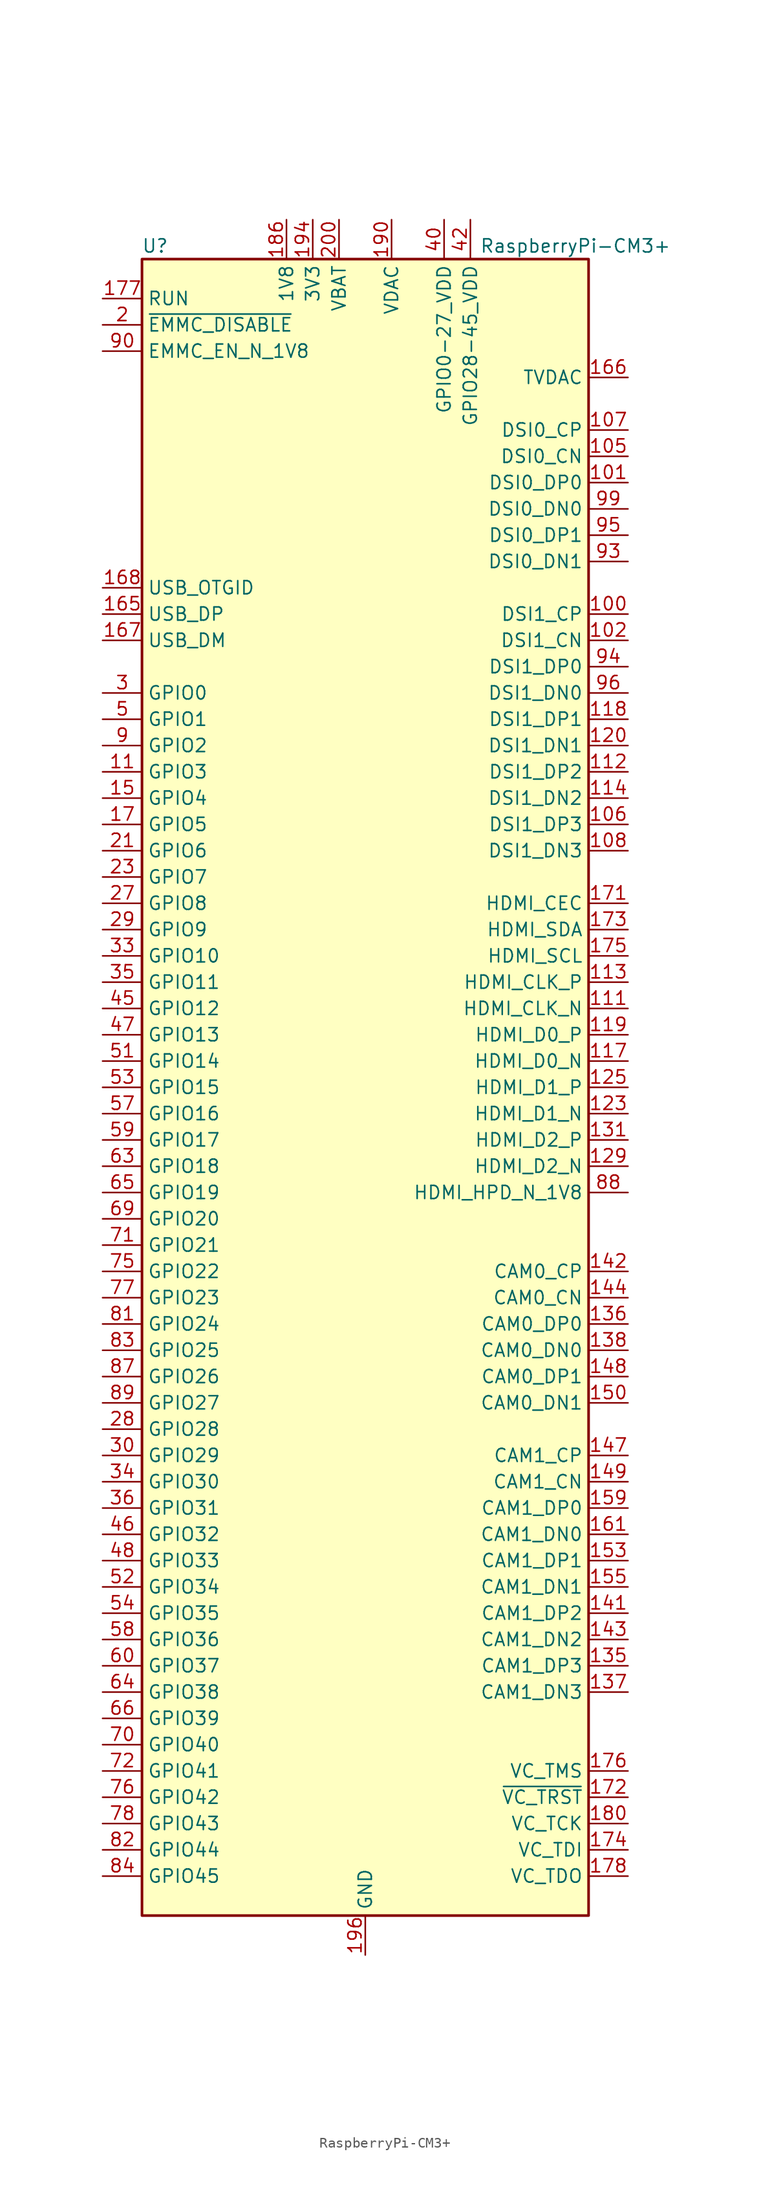
<source format=kicad_sym>
(kicad_symbol_lib
  (version 20241209)
  (generator "kicad_symbol_editor")
  (generator_version "9.0")
  (symbol "RaspberryPi-CM3+"
    (property "Reference" "U"
      (at -20.32 81.28 0)
      (effects (font (size 1.27 1.27))))
    (property "Value" "RaspberryPi-CM3+"
      (at 20.32 81.28 0)
      (effects (font (size 1.27 1.27))))
    (symbol "RaspberryPi-CM3+_0_1"
      (rectangle (start -21.59 80.01) (end 21.59 -80.01) (stroke (width 0.254) (type default)) (fill (type background))))
    (symbol "RaspberryPi-CM3+_1_1"
      (pin input line (at -25.4 76.2 0) (length 3.81) (name "RUN" (effects (font (size 1.27 1.27)))) (number "177" (effects (font (size 1.27 1.27)))))
      (pin input line (at -25.4 73.66 0) (length 3.81) (name "~{EMMC_DISABLE}" (effects (font (size 1.27 1.27)))) (number "2" (effects (font (size 1.27 1.27)))))
      (pin output line (at -25.4 71.12 0) (length 3.81) (name "EMMC_EN_N_1V8" (effects (font (size 1.27 1.27)))) (number "90" (effects (font (size 1.27 1.27)))))
      (pin passive line (at -25.4 48.26 0) (length 3.81) (name "USB_OTGID" (effects (font (size 1.27 1.27)))) (number "168" (effects (font (size 1.27 1.27)))))
      (pin bidirectional line (at -25.4 45.72 0) (length 3.81) (name "USB_DP" (effects (font (size 1.27 1.27)))) (number "165" (effects (font (size 1.27 1.27)))))
      (pin bidirectional line (at -25.4 43.18 0) (length 3.81) (name "USB_DM" (effects (font (size 1.27 1.27)))) (number "167" (effects (font (size 1.27 1.27)))))
      (pin bidirectional line (at -25.4 38.1 0) (length 3.81) (name "GPIO0" (effects (font (size 1.27 1.27)))) (number "3" (effects (font (size 1.27 1.27)))))
      (pin bidirectional line (at -25.4 35.56 0) (length 3.81) (name "GPIO1" (effects (font (size 1.27 1.27)))) (number "5" (effects (font (size 1.27 1.27)))))
      (pin bidirectional line (at -25.4 33.02 0) (length 3.81) (name "GPIO2" (effects (font (size 1.27 1.27)))) (number "9" (effects (font (size 1.27 1.27)))))
      (pin bidirectional line (at -25.4 30.48 0) (length 3.81) (name "GPIO3" (effects (font (size 1.27 1.27)))) (number "11" (effects (font (size 1.27 1.27)))))
      (pin bidirectional line (at -25.4 27.94 0) (length 3.81) (name "GPIO4" (effects (font (size 1.27 1.27)))) (number "15" (effects (font (size 1.27 1.27)))))
      (pin bidirectional line (at -25.4 25.4 0) (length 3.81) (name "GPIO5" (effects (font (size 1.27 1.27)))) (number "17" (effects (font (size 1.27 1.27)))))
      (pin bidirectional line (at -25.4 22.86 0) (length 3.81) (name "GPIO6" (effects (font (size 1.27 1.27)))) (number "21" (effects (font (size 1.27 1.27)))))
      (pin bidirectional line (at -25.4 20.32 0) (length 3.81) (name "GPIO7" (effects (font (size 1.27 1.27)))) (number "23" (effects (font (size 1.27 1.27)))))
      (pin bidirectional line (at -25.4 17.78 0) (length 3.81) (name "GPIO8" (effects (font (size 1.27 1.27)))) (number "27" (effects (font (size 1.27 1.27)))))
      (pin bidirectional line (at -25.4 15.24 0) (length 3.81) (name "GPIO9" (effects (font (size 1.27 1.27)))) (number "29" (effects (font (size 1.27 1.27)))))
      (pin bidirectional line (at -25.4 12.7 0) (length 3.81) (name "GPIO10" (effects (font (size 1.27 1.27)))) (number "33" (effects (font (size 1.27 1.27)))))
      (pin bidirectional line (at -25.4 10.16 0) (length 3.81) (name "GPIO11" (effects (font (size 1.27 1.27)))) (number "35" (effects (font (size 1.27 1.27)))))
      (pin bidirectional line (at -25.4 7.62 0) (length 3.81) (name "GPIO12" (effects (font (size 1.27 1.27)))) (number "45" (effects (font (size 1.27 1.27)))))
      (pin bidirectional line (at -25.4 5.08 0) (length 3.81) (name "GPIO13" (effects (font (size 1.27 1.27)))) (number "47" (effects (font (size 1.27 1.27)))))
      (pin bidirectional line (at -25.4 2.54 0) (length 3.81) (name "GPIO14" (effects (font (size 1.27 1.27)))) (number "51" (effects (font (size 1.27 1.27)))))
      (pin bidirectional line (at -25.4 0 0) (length 3.81) (name "GPIO15" (effects (font (size 1.27 1.27)))) (number "53" (effects (font (size 1.27 1.27)))))
      (pin bidirectional line (at -25.4 -2.54 0) (length 3.81) (name "GPIO16" (effects (font (size 1.27 1.27)))) (number "57" (effects (font (size 1.27 1.27)))))
      (pin bidirectional line (at -25.4 -5.08 0) (length 3.81) (name "GPIO17" (effects (font (size 1.27 1.27)))) (number "59" (effects (font (size 1.27 1.27)))))
      (pin bidirectional line (at -25.4 -7.62 0) (length 3.81) (name "GPIO18" (effects (font (size 1.27 1.27)))) (number "63" (effects (font (size 1.27 1.27)))))
      (pin bidirectional line (at -25.4 -10.16 0) (length 3.81) (name "GPIO19" (effects (font (size 1.27 1.27)))) (number "65" (effects (font (size 1.27 1.27)))))
      (pin bidirectional line (at -25.4 -12.7 0) (length 3.81) (name "GPIO20" (effects (font (size 1.27 1.27)))) (number "69" (effects (font (size 1.27 1.27)))))
      (pin bidirectional line (at -25.4 -15.24 0) (length 3.81) (name "GPIO21" (effects (font (size 1.27 1.27)))) (number "71" (effects (font (size 1.27 1.27)))))
      (pin bidirectional line (at -25.4 -17.78 0) (length 3.81) (name "GPIO22" (effects (font (size 1.27 1.27)))) (number "75" (effects (font (size 1.27 1.27)))))
      (pin bidirectional line (at -25.4 -20.32 0) (length 3.81) (name "GPIO23" (effects (font (size 1.27 1.27)))) (number "77" (effects (font (size 1.27 1.27)))))
      (pin bidirectional line (at -25.4 -22.86 0) (length 3.81) (name "GPIO24" (effects (font (size 1.27 1.27)))) (number "81" (effects (font (size 1.27 1.27)))))
      (pin bidirectional line (at -25.4 -25.4 0) (length 3.81) (name "GPIO25" (effects (font (size 1.27 1.27)))) (number "83" (effects (font (size 1.27 1.27)))))
      (pin bidirectional line (at -25.4 -27.94 0) (length 3.81) (name "GPIO26" (effects (font (size 1.27 1.27)))) (number "87" (effects (font (size 1.27 1.27)))))
      (pin bidirectional line (at -25.4 -30.48 0) (length 3.81) (name "GPIO27" (effects (font (size 1.27 1.27)))) (number "89" (effects (font (size 1.27 1.27)))))
      (pin bidirectional line (at -25.4 -33.02 0) (length 3.81) (name "GPIO28" (effects (font (size 1.27 1.27)))) (number "28" (effects (font (size 1.27 1.27)))))
      (pin bidirectional line (at -25.4 -35.56 0) (length 3.81) (name "GPIO29" (effects (font (size 1.27 1.27)))) (number "30" (effects (font (size 1.27 1.27)))))
      (pin bidirectional line (at -25.4 -38.1 0) (length 3.81) (name "GPIO30" (effects (font (size 1.27 1.27)))) (number "34" (effects (font (size 1.27 1.27)))))
      (pin bidirectional line (at -25.4 -40.64 0) (length 3.81) (name "GPIO31" (effects (font (size 1.27 1.27)))) (number "36" (effects (font (size 1.27 1.27)))))
      (pin bidirectional line (at -25.4 -43.18 0) (length 3.81) (name "GPIO32" (effects (font (size 1.27 1.27)))) (number "46" (effects (font (size 1.27 1.27)))))
      (pin bidirectional line (at -25.4 -45.72 0) (length 3.81) (name "GPIO33" (effects (font (size 1.27 1.27)))) (number "48" (effects (font (size 1.27 1.27)))))
      (pin bidirectional line (at -25.4 -48.26 0) (length 3.81) (name "GPIO34" (effects (font (size 1.27 1.27)))) (number "52" (effects (font (size 1.27 1.27)))))
      (pin bidirectional line (at -25.4 -50.8 0) (length 3.81) (name "GPIO35" (effects (font (size 1.27 1.27)))) (number "54" (effects (font (size 1.27 1.27)))))
      (pin bidirectional line (at -25.4 -53.34 0) (length 3.81) (name "GPIO36" (effects (font (size 1.27 1.27)))) (number "58" (effects (font (size 1.27 1.27)))))
      (pin bidirectional line (at -25.4 -55.88 0) (length 3.81) (name "GPIO37" (effects (font (size 1.27 1.27)))) (number "60" (effects (font (size 1.27 1.27)))))
      (pin bidirectional line (at -25.4 -58.42 0) (length 3.81) (name "GPIO38" (effects (font (size 1.27 1.27)))) (number "64" (effects (font (size 1.27 1.27)))))
      (pin bidirectional line (at -25.4 -60.96 0) (length 3.81) (name "GPIO39" (effects (font (size 1.27 1.27)))) (number "66" (effects (font (size 1.27 1.27)))))
      (pin bidirectional line (at -25.4 -63.5 0) (length 3.81) (name "GPIO40" (effects (font (size 1.27 1.27)))) (number "70" (effects (font (size 1.27 1.27)))))
      (pin bidirectional line (at -25.4 -66.04 0) (length 3.81) (name "GPIO41" (effects (font (size 1.27 1.27)))) (number "72" (effects (font (size 1.27 1.27)))))
      (pin bidirectional line (at -25.4 -68.58 0) (length 3.81) (name "GPIO42" (effects (font (size 1.27 1.27)))) (number "76" (effects (font (size 1.27 1.27)))))
      (pin bidirectional line (at -25.4 -71.12 0) (length 3.81) (name "GPIO43" (effects (font (size 1.27 1.27)))) (number "78" (effects (font (size 1.27 1.27)))))
      (pin bidirectional line (at -25.4 -73.66 0) (length 3.81) (name "GPIO44" (effects (font (size 1.27 1.27)))) (number "82" (effects (font (size 1.27 1.27)))))
      (pin bidirectional line (at -25.4 -76.2 0) (length 3.81) (name "GPIO45" (effects (font (size 1.27 1.27)))) (number "84" (effects (font (size 1.27 1.27)))))
      (pin no_connect line (at -20.32 66.04 0) (length 2.54) (hide yes) (name "NC" (effects (font (size 1.27 1.27)))) (number "10" (effects (font (size 1.27 1.27)))))
      (pin no_connect line (at -20.32 63.5 0) (length 2.54) (hide yes) (name "NC" (effects (font (size 1.27 1.27)))) (number "12" (effects (font (size 1.27 1.27)))))
      (pin no_connect line (at -20.32 60.96 0) (length 2.54) (hide yes) (name "NC" (effects (font (size 1.27 1.27)))) (number "16" (effects (font (size 1.27 1.27)))))
      (pin no_connect line (at -20.32 58.42 0) (length 2.54) (hide yes) (name "NC" (effects (font (size 1.27 1.27)))) (number "18" (effects (font (size 1.27 1.27)))))
      (pin no_connect line (at -20.32 55.88 0) (length 2.54) (hide yes) (name "NC" (effects (font (size 1.27 1.27)))) (number "22" (effects (font (size 1.27 1.27)))))
      (pin no_connect line (at -20.32 53.34 0) (length 2.54) (hide yes) (name "NC" (effects (font (size 1.27 1.27)))) (number "24" (effects (font (size 1.27 1.27)))))
      (pin passive line (at -7.62 83.82 270) (length 3.81) (hide yes) (name "1V8" (effects (font (size 1.27 1.27)))) (number "183" (effects (font (size 1.27 1.27)))))
      (pin passive line (at -7.62 83.82 270) (length 3.81) (hide yes) (name "1V8" (effects (font (size 1.27 1.27)))) (number "184" (effects (font (size 1.27 1.27)))))
      (pin passive line (at -7.62 83.82 270) (length 3.81) (hide yes) (name "1V8" (effects (font (size 1.27 1.27)))) (number "185" (effects (font (size 1.27 1.27)))))
      (pin power_in line (at -7.62 83.82 270) (length 3.81) (name "1V8" (effects (font (size 1.27 1.27)))) (number "186" (effects (font (size 1.27 1.27)))))
      (pin passive line (at -5.08 83.82 270) (length 3.81) (hide yes) (name "3V3" (effects (font (size 1.27 1.27)))) (number "191" (effects (font (size 1.27 1.27)))))
      (pin passive line (at -5.08 83.82 270) (length 3.81) (hide yes) (name "3V3" (effects (font (size 1.27 1.27)))) (number "192" (effects (font (size 1.27 1.27)))))
      (pin passive line (at -5.08 83.82 270) (length 3.81) (hide yes) (name "3V3" (effects (font (size 1.27 1.27)))) (number "193" (effects (font (size 1.27 1.27)))))
      (pin power_in line (at -5.08 83.82 270) (length 3.81) (name "3V3" (effects (font (size 1.27 1.27)))) (number "194" (effects (font (size 1.27 1.27)))))
      (pin passive line (at -2.54 83.82 270) (length 3.81) (hide yes) (name "VBAT" (effects (font (size 1.27 1.27)))) (number "197" (effects (font (size 1.27 1.27)))))
      (pin passive line (at -2.54 83.82 270) (length 3.81) (hide yes) (name "VBAT" (effects (font (size 1.27 1.27)))) (number "198" (effects (font (size 1.27 1.27)))))
      (pin passive line (at -2.54 83.82 270) (length 3.81) (hide yes) (name "VBAT" (effects (font (size 1.27 1.27)))) (number "199" (effects (font (size 1.27 1.27)))))
      (pin power_in line (at -2.54 83.82 270) (length 3.81) (name "VBAT" (effects (font (size 1.27 1.27)))) (number "200" (effects (font (size 1.27 1.27)))))
      (pin no_connect line (at 0 78.74 270) (length 2.54) (hide yes) (name "VDD_CORE_(DO_NOT_CONNECT)" (effects (font (size 1.27 1.27)))) (number "179" (effects (font (size 1.27 1.27)))))
      (pin passive line (at 0 -83.82 90) (length 3.81) (hide yes) (name "GND" (effects (font (size 1.27 1.27)))) (number "1" (effects (font (size 1.27 1.27)))))
      (pin passive line (at 0 -83.82 90) (length 3.81) (hide yes) (name "GND" (effects (font (size 1.27 1.27)))) (number "103" (effects (font (size 1.27 1.27)))))
      (pin passive line (at 0 -83.82 90) (length 3.81) (hide yes) (name "GND" (effects (font (size 1.27 1.27)))) (number "104" (effects (font (size 1.27 1.27)))))
      (pin passive line (at 0 -83.82 90) (length 3.81) (hide yes) (name "GND" (effects (font (size 1.27 1.27)))) (number "109" (effects (font (size 1.27 1.27)))))
      (pin passive line (at 0 -83.82 90) (length 3.81) (hide yes) (name "GND" (effects (font (size 1.27 1.27)))) (number "110" (effects (font (size 1.27 1.27)))))
      (pin passive line (at 0 -83.82 90) (length 3.81) (hide yes) (name "GND" (effects (font (size 1.27 1.27)))) (number "115" (effects (font (size 1.27 1.27)))))
      (pin passive line (at 0 -83.82 90) (length 3.81) (hide yes) (name "GND" (effects (font (size 1.27 1.27)))) (number "116" (effects (font (size 1.27 1.27)))))
      (pin passive line (at 0 -83.82 90) (length 3.81) (hide yes) (name "GND" (effects (font (size 1.27 1.27)))) (number "121" (effects (font (size 1.27 1.27)))))
      (pin passive line (at 0 -83.82 90) (length 3.81) (hide yes) (name "GND" (effects (font (size 1.27 1.27)))) (number "122" (effects (font (size 1.27 1.27)))))
      (pin passive line (at 0 -83.82 90) (length 3.81) (hide yes) (name "GND" (effects (font (size 1.27 1.27)))) (number "127" (effects (font (size 1.27 1.27)))))
      (pin passive line (at 0 -83.82 90) (length 3.81) (hide yes) (name "GND" (effects (font (size 1.27 1.27)))) (number "13" (effects (font (size 1.27 1.27)))))
      (pin passive line (at 0 -83.82 90) (length 3.81) (hide yes) (name "GND" (effects (font (size 1.27 1.27)))) (number "133" (effects (font (size 1.27 1.27)))))
      (pin passive line (at 0 -83.82 90) (length 3.81) (hide yes) (name "GND" (effects (font (size 1.27 1.27)))) (number "134" (effects (font (size 1.27 1.27)))))
      (pin passive line (at 0 -83.82 90) (length 3.81) (hide yes) (name "GND" (effects (font (size 1.27 1.27)))) (number "139" (effects (font (size 1.27 1.27)))))
      (pin passive line (at 0 -83.82 90) (length 3.81) (hide yes) (name "GND" (effects (font (size 1.27 1.27)))) (number "14" (effects (font (size 1.27 1.27)))))
      (pin passive line (at 0 -83.82 90) (length 3.81) (hide yes) (name "GND" (effects (font (size 1.27 1.27)))) (number "140" (effects (font (size 1.27 1.27)))))
      (pin passive line (at 0 -83.82 90) (length 3.81) (hide yes) (name "GND" (effects (font (size 1.27 1.27)))) (number "145" (effects (font (size 1.27 1.27)))))
      (pin passive line (at 0 -83.82 90) (length 3.81) (hide yes) (name "GND" (effects (font (size 1.27 1.27)))) (number "146" (effects (font (size 1.27 1.27)))))
      (pin passive line (at 0 -83.82 90) (length 3.81) (hide yes) (name "GND" (effects (font (size 1.27 1.27)))) (number "151" (effects (font (size 1.27 1.27)))))
      (pin passive line (at 0 -83.82 90) (length 3.81) (hide yes) (name "GND" (effects (font (size 1.27 1.27)))) (number "152" (effects (font (size 1.27 1.27)))))
      (pin passive line (at 0 -83.82 90) (length 3.81) (hide yes) (name "GND" (effects (font (size 1.27 1.27)))) (number "157" (effects (font (size 1.27 1.27)))))
      (pin passive line (at 0 -83.82 90) (length 3.81) (hide yes) (name "GND" (effects (font (size 1.27 1.27)))) (number "163" (effects (font (size 1.27 1.27)))))
      (pin passive line (at 0 -83.82 90) (length 3.81) (hide yes) (name "GND" (effects (font (size 1.27 1.27)))) (number "164" (effects (font (size 1.27 1.27)))))
      (pin passive line (at 0 -83.82 90) (length 3.81) (hide yes) (name "GND" (effects (font (size 1.27 1.27)))) (number "169" (effects (font (size 1.27 1.27)))))
      (pin passive line (at 0 -83.82 90) (length 3.81) (hide yes) (name "GND" (effects (font (size 1.27 1.27)))) (number "170" (effects (font (size 1.27 1.27)))))
      (pin passive line (at 0 -83.82 90) (length 3.81) (hide yes) (name "GND" (effects (font (size 1.27 1.27)))) (number "181" (effects (font (size 1.27 1.27)))))
      (pin passive line (at 0 -83.82 90) (length 3.81) (hide yes) (name "GND" (effects (font (size 1.27 1.27)))) (number "182" (effects (font (size 1.27 1.27)))))
      (pin passive line (at 0 -83.82 90) (length 3.81) (hide yes) (name "GND" (effects (font (size 1.27 1.27)))) (number "187" (effects (font (size 1.27 1.27)))))
      (pin passive line (at 0 -83.82 90) (length 3.81) (hide yes) (name "GND" (effects (font (size 1.27 1.27)))) (number "188" (effects (font (size 1.27 1.27)))))
      (pin passive line (at 0 -83.82 90) (length 3.81) (hide yes) (name "GND" (effects (font (size 1.27 1.27)))) (number "19" (effects (font (size 1.27 1.27)))))
      (pin passive line (at 0 -83.82 90) (length 3.81) (hide yes) (name "GND" (effects (font (size 1.27 1.27)))) (number "195" (effects (font (size 1.27 1.27)))))
      (pin power_out line (at 0 -83.82 90) (length 3.81) (name "GND" (effects (font (size 1.27 1.27)))) (number "196" (effects (font (size 1.27 1.27)))))
      (pin passive line (at 0 -83.82 90) (length 3.81) (hide yes) (name "GND" (effects (font (size 1.27 1.27)))) (number "20" (effects (font (size 1.27 1.27)))))
      (pin passive line (at 0 -83.82 90) (length 3.81) (hide yes) (name "GND" (effects (font (size 1.27 1.27)))) (number "25" (effects (font (size 1.27 1.27)))))
      (pin passive line (at 0 -83.82 90) (length 3.81) (hide yes) (name "GND" (effects (font (size 1.27 1.27)))) (number "26" (effects (font (size 1.27 1.27)))))
      (pin passive line (at 0 -83.82 90) (length 3.81) (hide yes) (name "GND" (effects (font (size 1.27 1.27)))) (number "31" (effects (font (size 1.27 1.27)))))
      (pin passive line (at 0 -83.82 90) (length 3.81) (hide yes) (name "GND" (effects (font (size 1.27 1.27)))) (number "32" (effects (font (size 1.27 1.27)))))
      (pin passive line (at 0 -83.82 90) (length 3.81) (hide yes) (name "GND" (effects (font (size 1.27 1.27)))) (number "37" (effects (font (size 1.27 1.27)))))
      (pin passive line (at 0 -83.82 90) (length 3.81) (hide yes) (name "GND" (effects (font (size 1.27 1.27)))) (number "38" (effects (font (size 1.27 1.27)))))
      (pin passive line (at 0 -83.82 90) (length 3.81) (hide yes) (name "GND" (effects (font (size 1.27 1.27)))) (number "43" (effects (font (size 1.27 1.27)))))
      (pin passive line (at 0 -83.82 90) (length 3.81) (hide yes) (name "GND" (effects (font (size 1.27 1.27)))) (number "44" (effects (font (size 1.27 1.27)))))
      (pin passive line (at 0 -83.82 90) (length 3.81) (hide yes) (name "GND" (effects (font (size 1.27 1.27)))) (number "49" (effects (font (size 1.27 1.27)))))
      (pin passive line (at 0 -83.82 90) (length 3.81) (hide yes) (name "GND" (effects (font (size 1.27 1.27)))) (number "50" (effects (font (size 1.27 1.27)))))
      (pin passive line (at 0 -83.82 90) (length 3.81) (hide yes) (name "GND" (effects (font (size 1.27 1.27)))) (number "55" (effects (font (size 1.27 1.27)))))
      (pin passive line (at 0 -83.82 90) (length 3.81) (hide yes) (name "GND" (effects (font (size 1.27 1.27)))) (number "56" (effects (font (size 1.27 1.27)))))
      (pin passive line (at 0 -83.82 90) (length 3.81) (hide yes) (name "GND" (effects (font (size 1.27 1.27)))) (number "61" (effects (font (size 1.27 1.27)))))
      (pin passive line (at 0 -83.82 90) (length 3.81) (hide yes) (name "GND" (effects (font (size 1.27 1.27)))) (number "62" (effects (font (size 1.27 1.27)))))
      (pin passive line (at 0 -83.82 90) (length 3.81) (hide yes) (name "GND" (effects (font (size 1.27 1.27)))) (number "67" (effects (font (size 1.27 1.27)))))
      (pin passive line (at 0 -83.82 90) (length 3.81) (hide yes) (name "GND" (effects (font (size 1.27 1.27)))) (number "68" (effects (font (size 1.27 1.27)))))
      (pin passive line (at 0 -83.82 90) (length 3.81) (hide yes) (name "GND" (effects (font (size 1.27 1.27)))) (number "7" (effects (font (size 1.27 1.27)))))
      (pin passive line (at 0 -83.82 90) (length 3.81) (hide yes) (name "GND" (effects (font (size 1.27 1.27)))) (number "73" (effects (font (size 1.27 1.27)))))
      (pin passive line (at 0 -83.82 90) (length 3.81) (hide yes) (name "GND" (effects (font (size 1.27 1.27)))) (number "74" (effects (font (size 1.27 1.27)))))
      (pin passive line (at 0 -83.82 90) (length 3.81) (hide yes) (name "GND" (effects (font (size 1.27 1.27)))) (number "79" (effects (font (size 1.27 1.27)))))
      (pin passive line (at 0 -83.82 90) (length 3.81) (hide yes) (name "GND" (effects (font (size 1.27 1.27)))) (number "8" (effects (font (size 1.27 1.27)))))
      (pin passive line (at 0 -83.82 90) (length 3.81) (hide yes) (name "GND" (effects (font (size 1.27 1.27)))) (number "80" (effects (font (size 1.27 1.27)))))
      (pin passive line (at 0 -83.82 90) (length 3.81) (hide yes) (name "GND" (effects (font (size 1.27 1.27)))) (number "85" (effects (font (size 1.27 1.27)))))
      (pin passive line (at 0 -83.82 90) (length 3.81) (hide yes) (name "GND" (effects (font (size 1.27 1.27)))) (number "86" (effects (font (size 1.27 1.27)))))
      (pin passive line (at 0 -83.82 90) (length 3.81) (hide yes) (name "GND" (effects (font (size 1.27 1.27)))) (number "91" (effects (font (size 1.27 1.27)))))
      (pin passive line (at 0 -83.82 90) (length 3.81) (hide yes) (name "GND" (effects (font (size 1.27 1.27)))) (number "92" (effects (font (size 1.27 1.27)))))
      (pin passive line (at 0 -83.82 90) (length 3.81) (hide yes) (name "GND" (effects (font (size 1.27 1.27)))) (number "97" (effects (font (size 1.27 1.27)))))
      (pin passive line (at 0 -83.82 90) (length 3.81) (hide yes) (name "GND" (effects (font (size 1.27 1.27)))) (number "98" (effects (font (size 1.27 1.27)))))
      (pin passive line (at 2.54 83.82 270) (length 3.81) (hide yes) (name "VDAC" (effects (font (size 1.27 1.27)))) (number "189" (effects (font (size 1.27 1.27)))))
      (pin power_in line (at 2.54 83.82 270) (length 3.81) (name "VDAC" (effects (font (size 1.27 1.27)))) (number "190" (effects (font (size 1.27 1.27)))))
      (pin no_connect line (at 5.08 78.74 270) (length 2.54) (hide yes) (name "NC" (effects (font (size 1.27 1.27)))) (number "4" (effects (font (size 1.27 1.27)))))
      (pin passive line (at 7.62 83.82 270) (length 3.81) (hide yes) (name "GPIO0-27_VDD" (effects (font (size 1.27 1.27)))) (number "39" (effects (font (size 1.27 1.27)))))
      (pin power_in line (at 7.62 83.82 270) (length 3.81) (name "GPIO0-27_VDD" (effects (font (size 1.27 1.27)))) (number "40" (effects (font (size 1.27 1.27)))))
      (pin passive line (at 10.16 83.82 270) (length 3.81) (hide yes) (name "GPIO28-45_VDD" (effects (font (size 1.27 1.27)))) (number "41" (effects (font (size 1.27 1.27)))))
      (pin power_in line (at 10.16 83.82 270) (length 3.81) (name "GPIO28-45_VDD" (effects (font (size 1.27 1.27)))) (number "42" (effects (font (size 1.27 1.27)))))
      (pin no_connect line (at 12.7 78.74 270) (length 2.54) (hide yes) (name "NC" (effects (font (size 1.27 1.27)))) (number "6" (effects (font (size 1.27 1.27)))))
      (pin no_connect line (at 20.32 76.2 180) (length 2.54) (hide yes) (name "NC" (effects (font (size 1.27 1.27)))) (number "124" (effects (font (size 1.27 1.27)))))
      (pin no_connect line (at 20.32 73.66 180) (length 2.54) (hide yes) (name "NC" (effects (font (size 1.27 1.27)))) (number "126" (effects (font (size 1.27 1.27)))))
      (pin no_connect line (at 20.32 71.12 180) (length 2.54) (hide yes) (name "NC" (effects (font (size 1.27 1.27)))) (number "128" (effects (font (size 1.27 1.27)))))
      (pin no_connect line (at 20.32 66.04 180) (length 2.54) (hide yes) (name "NC" (effects (font (size 1.27 1.27)))) (number "130" (effects (font (size 1.27 1.27)))))
      (pin no_connect line (at 20.32 48.26 180) (length 2.54) (hide yes) (name "NC" (effects (font (size 1.27 1.27)))) (number "132" (effects (font (size 1.27 1.27)))))
      (pin no_connect line (at 20.32 20.32 180) (length 2.54) (hide yes) (name "NC" (effects (font (size 1.27 1.27)))) (number "158" (effects (font (size 1.27 1.27)))))
      (pin no_connect line (at 20.32 -12.7 180) (length 2.54) (hide yes) (name "NC" (effects (font (size 1.27 1.27)))) (number "156" (effects (font (size 1.27 1.27)))))
      (pin no_connect line (at 20.32 -15.24 180) (length 2.54) (hide yes) (name "NC" (effects (font (size 1.27 1.27)))) (number "154" (effects (font (size 1.27 1.27)))))
      (pin no_connect line (at 20.32 -60.96 180) (length 2.54) (hide yes) (name "NC" (effects (font (size 1.27 1.27)))) (number "160" (effects (font (size 1.27 1.27)))))
      (pin no_connect line (at 20.32 -63.5 180) (length 2.54) (hide yes) (name "NC" (effects (font (size 1.27 1.27)))) (number "162" (effects (font (size 1.27 1.27)))))
      (pin output line (at 25.4 68.58 180) (length 3.81) (name "TVDAC" (effects (font (size 1.27 1.27)))) (number "166" (effects (font (size 1.27 1.27)))))
      (pin output line (at 25.4 63.5 180) (length 3.81) (name "DSI0_CP" (effects (font (size 1.27 1.27)))) (number "107" (effects (font (size 1.27 1.27)))))
      (pin output line (at 25.4 60.96 180) (length 3.81) (name "DSI0_CN" (effects (font (size 1.27 1.27)))) (number "105" (effects (font (size 1.27 1.27)))))
      (pin output line (at 25.4 58.42 180) (length 3.81) (name "DSI0_DP0" (effects (font (size 1.27 1.27)))) (number "101" (effects (font (size 1.27 1.27)))))
      (pin output line (at 25.4 55.88 180) (length 3.81) (name "DSI0_DN0" (effects (font (size 1.27 1.27)))) (number "99" (effects (font (size 1.27 1.27)))))
      (pin output line (at 25.4 53.34 180) (length 3.81) (name "DSI0_DP1" (effects (font (size 1.27 1.27)))) (number "95" (effects (font (size 1.27 1.27)))))
      (pin output line (at 25.4 50.8 180) (length 3.81) (name "DSI0_DN1" (effects (font (size 1.27 1.27)))) (number "93" (effects (font (size 1.27 1.27)))))
      (pin output line (at 25.4 45.72 180) (length 3.81) (name "DSI1_CP" (effects (font (size 1.27 1.27)))) (number "100" (effects (font (size 1.27 1.27)))))
      (pin output line (at 25.4 43.18 180) (length 3.81) (name "DSI1_CN" (effects (font (size 1.27 1.27)))) (number "102" (effects (font (size 1.27 1.27)))))
      (pin output line (at 25.4 40.64 180) (length 3.81) (name "DSI1_DP0" (effects (font (size 1.27 1.27)))) (number "94" (effects (font (size 1.27 1.27)))))
      (pin output line (at 25.4 38.1 180) (length 3.81) (name "DSI1_DN0" (effects (font (size 1.27 1.27)))) (number "96" (effects (font (size 1.27 1.27)))))
      (pin output line (at 25.4 35.56 180) (length 3.81) (name "DSI1_DP1" (effects (font (size 1.27 1.27)))) (number "118" (effects (font (size 1.27 1.27)))))
      (pin output line (at 25.4 33.02 180) (length 3.81) (name "DSI1_DN1" (effects (font (size 1.27 1.27)))) (number "120" (effects (font (size 1.27 1.27)))))
      (pin output line (at 25.4 30.48 180) (length 3.81) (name "DSI1_DP2" (effects (font (size 1.27 1.27)))) (number "112" (effects (font (size 1.27 1.27)))))
      (pin output line (at 25.4 27.94 180) (length 3.81) (name "DSI1_DN2" (effects (font (size 1.27 1.27)))) (number "114" (effects (font (size 1.27 1.27)))))
      (pin output line (at 25.4 25.4 180) (length 3.81) (name "DSI1_DP3" (effects (font (size 1.27 1.27)))) (number "106" (effects (font (size 1.27 1.27)))))
      (pin output line (at 25.4 22.86 180) (length 3.81) (name "DSI1_DN3" (effects (font (size 1.27 1.27)))) (number "108" (effects (font (size 1.27 1.27)))))
      (pin bidirectional line (at 25.4 17.78 180) (length 3.81) (name "HDMI_CEC" (effects (font (size 1.27 1.27)))) (number "171" (effects (font (size 1.27 1.27)))))
      (pin bidirectional line (at 25.4 15.24 180) (length 3.81) (name "HDMI_SDA" (effects (font (size 1.27 1.27)))) (number "173" (effects (font (size 1.27 1.27)))))
      (pin bidirectional line (at 25.4 12.7 180) (length 3.81) (name "HDMI_SCL" (effects (font (size 1.27 1.27)))) (number "175" (effects (font (size 1.27 1.27)))))
      (pin output line (at 25.4 10.16 180) (length 3.81) (name "HDMI_CLK_P" (effects (font (size 1.27 1.27)))) (number "113" (effects (font (size 1.27 1.27)))))
      (pin output line (at 25.4 7.62 180) (length 3.81) (name "HDMI_CLK_N" (effects (font (size 1.27 1.27)))) (number "111" (effects (font (size 1.27 1.27)))))
      (pin output line (at 25.4 5.08 180) (length 3.81) (name "HDMI_D0_P" (effects (font (size 1.27 1.27)))) (number "119" (effects (font (size 1.27 1.27)))))
      (pin output line (at 25.4 2.54 180) (length 3.81) (name "HDMI_D0_N" (effects (font (size 1.27 1.27)))) (number "117" (effects (font (size 1.27 1.27)))))
      (pin output line (at 25.4 0 180) (length 3.81) (name "HDMI_D1_P" (effects (font (size 1.27 1.27)))) (number "125" (effects (font (size 1.27 1.27)))))
      (pin output line (at 25.4 -2.54 180) (length 3.81) (name "HDMI_D1_N" (effects (font (size 1.27 1.27)))) (number "123" (effects (font (size 1.27 1.27)))))
      (pin output line (at 25.4 -5.08 180) (length 3.81) (name "HDMI_D2_P" (effects (font (size 1.27 1.27)))) (number "131" (effects (font (size 1.27 1.27)))))
      (pin output line (at 25.4 -7.62 180) (length 3.81) (name "HDMI_D2_N" (effects (font (size 1.27 1.27)))) (number "129" (effects (font (size 1.27 1.27)))))
      (pin input line (at 25.4 -10.16 180) (length 3.81) (name "HDMI_HPD_N_1V8" (effects (font (size 1.27 1.27)))) (number "88" (effects (font (size 1.27 1.27)))))
      (pin input line (at 25.4 -17.78 180) (length 3.81) (name "CAM0_CP" (effects (font (size 1.27 1.27)))) (number "142" (effects (font (size 1.27 1.27)))))
      (pin input line (at 25.4 -20.32 180) (length 3.81) (name "CAM0_CN" (effects (font (size 1.27 1.27)))) (number "144" (effects (font (size 1.27 1.27)))))
      (pin input line (at 25.4 -22.86 180) (length 3.81) (name "CAM0_DP0" (effects (font (size 1.27 1.27)))) (number "136" (effects (font (size 1.27 1.27)))))
      (pin input line (at 25.4 -25.4 180) (length 3.81) (name "CAM0_DN0" (effects (font (size 1.27 1.27)))) (number "138" (effects (font (size 1.27 1.27)))))
      (pin input line (at 25.4 -27.94 180) (length 3.81) (name "CAM0_DP1" (effects (font (size 1.27 1.27)))) (number "148" (effects (font (size 1.27 1.27)))))
      (pin input line (at 25.4 -30.48 180) (length 3.81) (name "CAM0_DN1" (effects (font (size 1.27 1.27)))) (number "150" (effects (font (size 1.27 1.27)))))
      (pin input line (at 25.4 -35.56 180) (length 3.81) (name "CAM1_CP" (effects (font (size 1.27 1.27)))) (number "147" (effects (font (size 1.27 1.27)))))
      (pin input line (at 25.4 -38.1 180) (length 3.81) (name "CAM1_CN" (effects (font (size 1.27 1.27)))) (number "149" (effects (font (size 1.27 1.27)))))
      (pin input line (at 25.4 -40.64 180) (length 3.81) (name "CAM1_DP0" (effects (font (size 1.27 1.27)))) (number "159" (effects (font (size 1.27 1.27)))))
      (pin input line (at 25.4 -43.18 180) (length 3.81) (name "CAM1_DN0" (effects (font (size 1.27 1.27)))) (number "161" (effects (font (size 1.27 1.27)))))
      (pin input line (at 25.4 -45.72 180) (length 3.81) (name "CAM1_DP1" (effects (font (size 1.27 1.27)))) (number "153" (effects (font (size 1.27 1.27)))))
      (pin input line (at 25.4 -48.26 180) (length 3.81) (name "CAM1_DN1" (effects (font (size 1.27 1.27)))) (number "155" (effects (font (size 1.27 1.27)))))
      (pin input line (at 25.4 -50.8 180) (length 3.81) (name "CAM1_DP2" (effects (font (size 1.27 1.27)))) (number "141" (effects (font (size 1.27 1.27)))))
      (pin input line (at 25.4 -53.34 180) (length 3.81) (name "CAM1_DN2" (effects (font (size 1.27 1.27)))) (number "143" (effects (font (size 1.27 1.27)))))
      (pin input line (at 25.4 -55.88 180) (length 3.81) (name "CAM1_DP3" (effects (font (size 1.27 1.27)))) (number "135" (effects (font (size 1.27 1.27)))))
      (pin input line (at 25.4 -58.42 180) (length 3.81) (name "CAM1_DN3" (effects (font (size 1.27 1.27)))) (number "137" (effects (font (size 1.27 1.27)))))
      (pin input line (at 25.4 -66.04 180) (length 3.81) (name "VC_TMS" (effects (font (size 1.27 1.27)))) (number "176" (effects (font (size 1.27 1.27)))))
      (pin input line (at 25.4 -68.58 180) (length 3.81) (name "~{VC_TRST}" (effects (font (size 1.27 1.27)))) (number "172" (effects (font (size 1.27 1.27)))))
      (pin input line (at 25.4 -71.12 180) (length 3.81) (name "VC_TCK" (effects (font (size 1.27 1.27)))) (number "180" (effects (font (size 1.27 1.27)))))
      (pin input line (at 25.4 -73.66 180) (length 3.81) (name "VC_TDI" (effects (font (size 1.27 1.27)))) (number "174" (effects (font (size 1.27 1.27)))))
      (pin output line (at 25.4 -76.2 180) (length 3.81) (name "VC_TDO" (effects (font (size 1.27 1.27)))) (number "178" (effects (font (size 1.27 1.27))))))))
</source>
